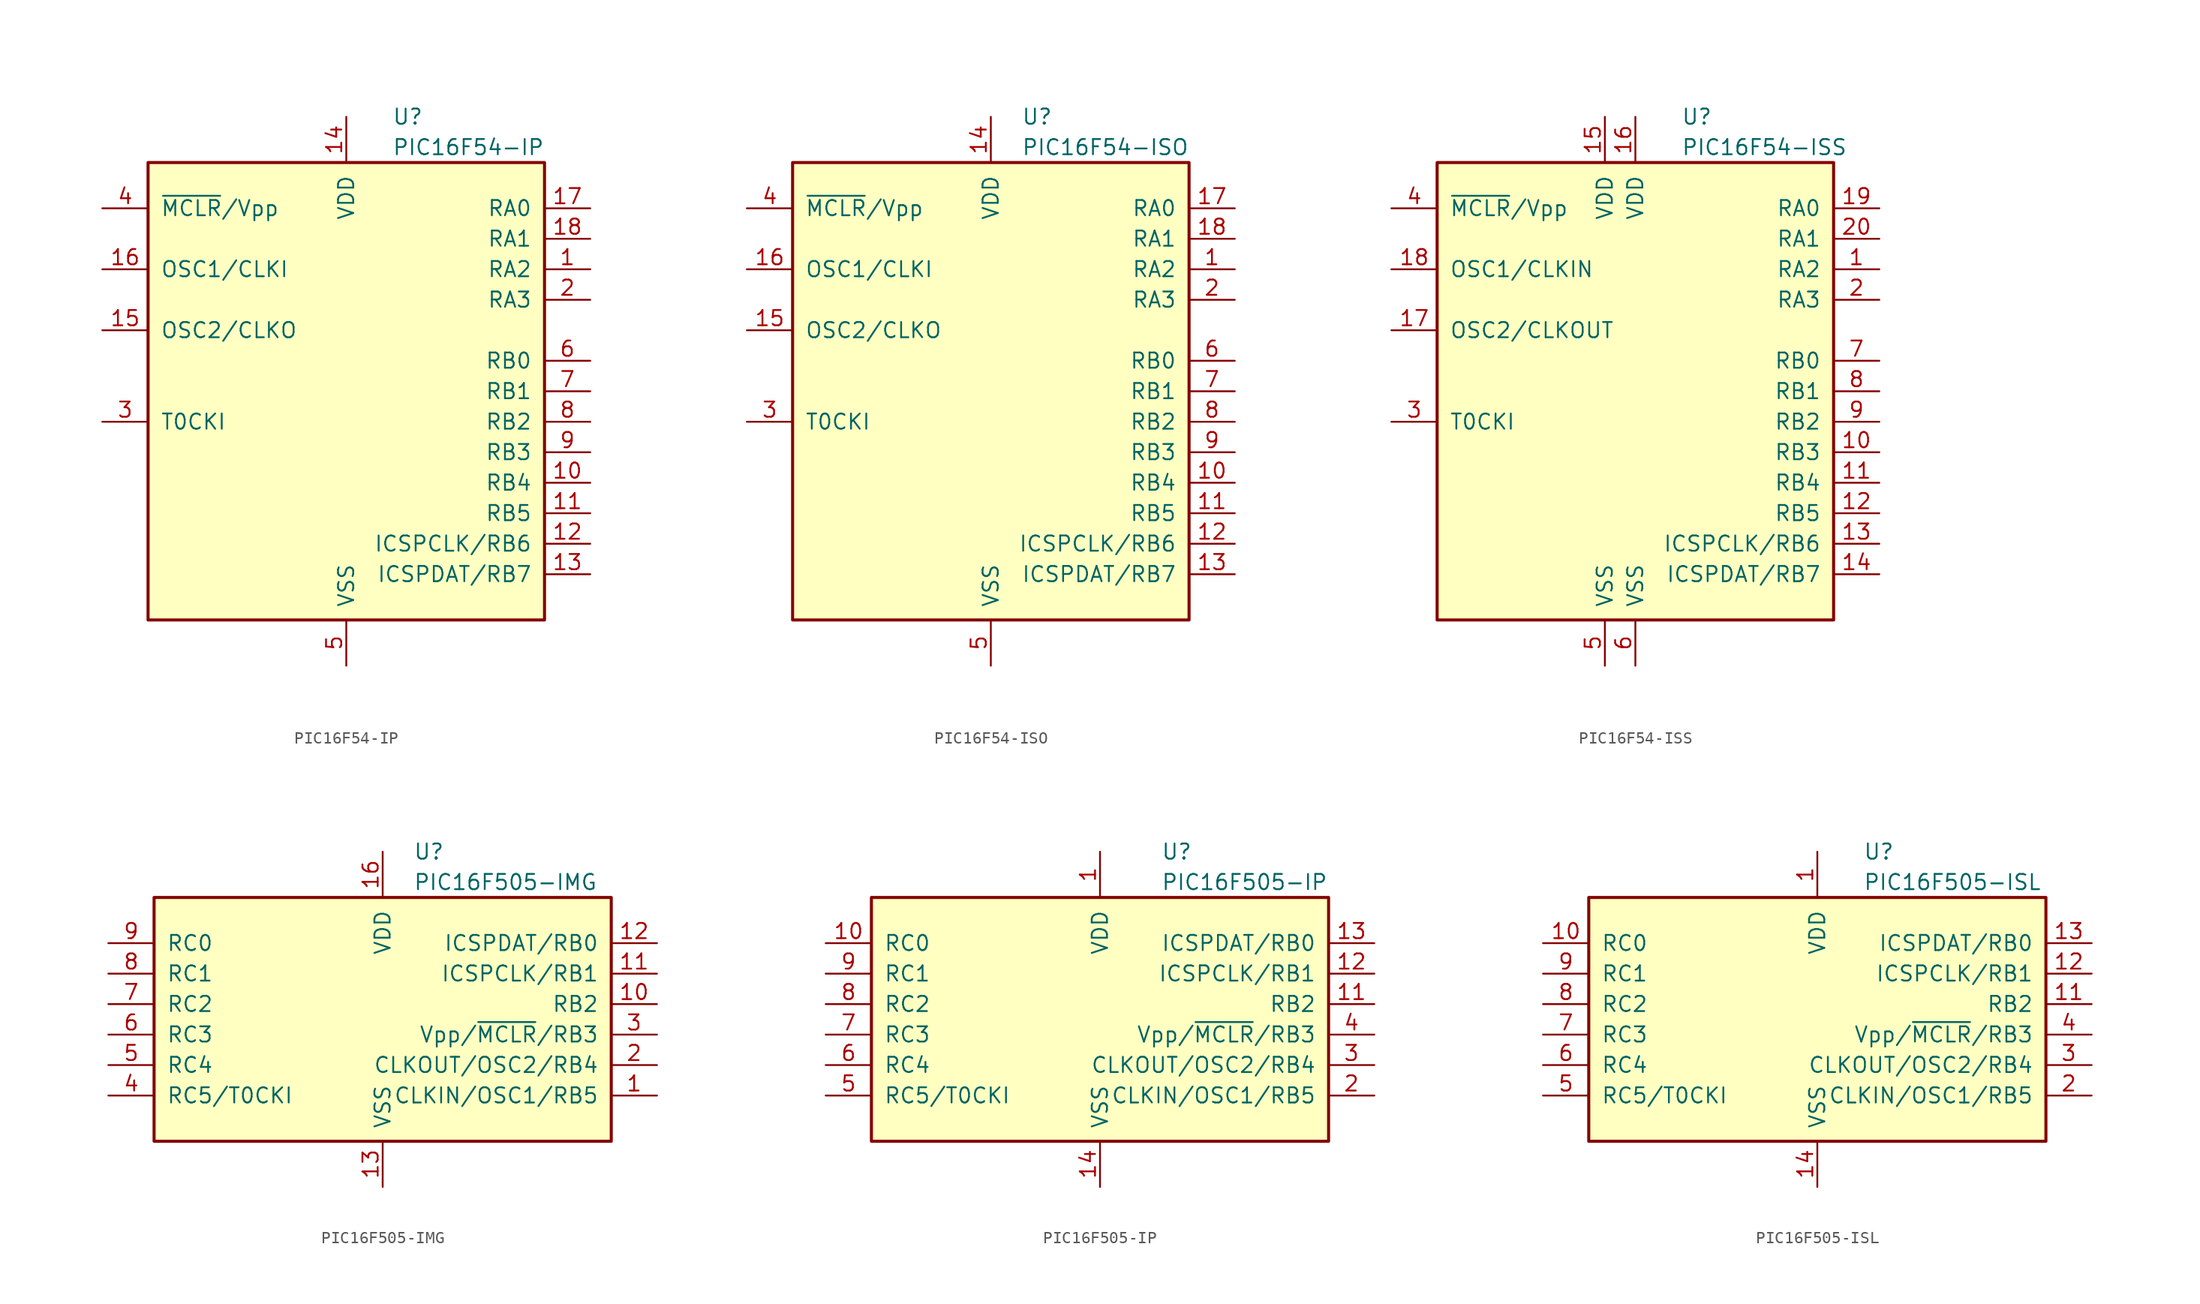
<source format=kicad_sym>
(kicad_symbol_lib
  (version 20241209)
  (generator "kicad_symbol_editor")
  (generator_version "9.0")
  (symbol "PIC16F54-IP"
    (pin_names
      (offset 1.016))
    (property "Reference" "U"
      (at 3.81 22.86 0)
      (effects (font (size 1.27 1.27)) (justify left)))
    (property "Value" "PIC16F54-IP"
      (at 3.81 20.32 0)
      (effects (font (size 1.27 1.27)) (justify left)))
    (symbol "PIC16F54-IP_0_1"
      (rectangle (start -16.51 19.05) (end 16.51 -19.05) (stroke (width 0.254) (type default)) (fill (type background))))
    (symbol "PIC16F54-IP_1_1"
      (pin input line (at -20.32 15.24 0) (length 3.81) (name "~{MCLR}/Vpp" (effects (font (size 1.27 1.27)))) (number "4" (effects (font (size 1.27 1.27)))))
      (pin input line (at -20.32 10.16 0) (length 3.81) (name "OSC1/CLKI" (effects (font (size 1.27 1.27)))) (number "16" (effects (font (size 1.27 1.27)))))
      (pin output line (at -20.32 5.08 0) (length 3.81) (name "OSC2/CLKO" (effects (font (size 1.27 1.27)))) (number "15" (effects (font (size 1.27 1.27)))))
      (pin input line (at -20.32 -2.54 0) (length 3.81) (name "T0CKI" (effects (font (size 1.27 1.27)))) (number "3" (effects (font (size 1.27 1.27)))))
      (pin power_in line (at 0 22.86 270) (length 3.81) (name "VDD" (effects (font (size 1.27 1.27)))) (number "14" (effects (font (size 1.27 1.27)))))
      (pin power_in line (at 0 -22.86 90) (length 3.81) (name "VSS" (effects (font (size 1.27 1.27)))) (number "5" (effects (font (size 1.27 1.27)))))
      (pin bidirectional line (at 20.32 15.24 180) (length 3.81) (name "RA0" (effects (font (size 1.27 1.27)))) (number "17" (effects (font (size 1.27 1.27)))))
      (pin bidirectional line (at 20.32 12.7 180) (length 3.81) (name "RA1" (effects (font (size 1.27 1.27)))) (number "18" (effects (font (size 1.27 1.27)))))
      (pin bidirectional line (at 20.32 10.16 180) (length 3.81) (name "RA2" (effects (font (size 1.27 1.27)))) (number "1" (effects (font (size 1.27 1.27)))))
      (pin bidirectional line (at 20.32 7.62 180) (length 3.81) (name "RA3" (effects (font (size 1.27 1.27)))) (number "2" (effects (font (size 1.27 1.27)))))
      (pin bidirectional line (at 20.32 2.54 180) (length 3.81) (name "RB0" (effects (font (size 1.27 1.27)))) (number "6" (effects (font (size 1.27 1.27)))))
      (pin bidirectional line (at 20.32 0 180) (length 3.81) (name "RB1" (effects (font (size 1.27 1.27)))) (number "7" (effects (font (size 1.27 1.27)))))
      (pin bidirectional line (at 20.32 -2.54 180) (length 3.81) (name "RB2" (effects (font (size 1.27 1.27)))) (number "8" (effects (font (size 1.27 1.27)))))
      (pin bidirectional line (at 20.32 -5.08 180) (length 3.81) (name "RB3" (effects (font (size 1.27 1.27)))) (number "9" (effects (font (size 1.27 1.27)))))
      (pin bidirectional line (at 20.32 -7.62 180) (length 3.81) (name "RB4" (effects (font (size 1.27 1.27)))) (number "10" (effects (font (size 1.27 1.27)))))
      (pin bidirectional line (at 20.32 -10.16 180) (length 3.81) (name "RB5" (effects (font (size 1.27 1.27)))) (number "11" (effects (font (size 1.27 1.27)))))
      (pin bidirectional line (at 20.32 -12.7 180) (length 3.81) (name "ICSPCLK/RB6" (effects (font (size 1.27 1.27)))) (number "12" (effects (font (size 1.27 1.27)))))
      (pin bidirectional line (at 20.32 -15.24 180) (length 3.81) (name "ICSPDAT/RB7" (effects (font (size 1.27 1.27)))) (number "13" (effects (font (size 1.27 1.27)))))))
  (symbol "PIC16F54-ISO"
    (pin_names
      (offset 1.016))
    (property "Reference" "U"
      (at 2.54 22.86 0)
      (effects (font (size 1.27 1.27)) (justify left)))
    (property "Value" "PIC16F54-ISO"
      (at 2.54 20.32 0)
      (effects (font (size 1.27 1.27)) (justify left)))
    (symbol "PIC16F54-ISO_0_1"
      (rectangle (start -16.51 19.05) (end 16.51 -19.05) (stroke (width 0.254) (type default)) (fill (type background))))
    (symbol "PIC16F54-ISO_1_1"
      (pin input line (at -20.32 15.24 0) (length 3.81) (name "~{MCLR}/Vpp" (effects (font (size 1.27 1.27)))) (number "4" (effects (font (size 1.27 1.27)))))
      (pin input line (at -20.32 10.16 0) (length 3.81) (name "OSC1/CLKI" (effects (font (size 1.27 1.27)))) (number "16" (effects (font (size 1.27 1.27)))))
      (pin output line (at -20.32 5.08 0) (length 3.81) (name "OSC2/CLKO" (effects (font (size 1.27 1.27)))) (number "15" (effects (font (size 1.27 1.27)))))
      (pin input line (at -20.32 -2.54 0) (length 3.81) (name "T0CKI" (effects (font (size 1.27 1.27)))) (number "3" (effects (font (size 1.27 1.27)))))
      (pin power_in line (at 0 22.86 270) (length 3.81) (name "VDD" (effects (font (size 1.27 1.27)))) (number "14" (effects (font (size 1.27 1.27)))))
      (pin power_in line (at 0 -22.86 90) (length 3.81) (name "VSS" (effects (font (size 1.27 1.27)))) (number "5" (effects (font (size 1.27 1.27)))))
      (pin bidirectional line (at 20.32 15.24 180) (length 3.81) (name "RA0" (effects (font (size 1.27 1.27)))) (number "17" (effects (font (size 1.27 1.27)))))
      (pin bidirectional line (at 20.32 12.7 180) (length 3.81) (name "RA1" (effects (font (size 1.27 1.27)))) (number "18" (effects (font (size 1.27 1.27)))))
      (pin bidirectional line (at 20.32 10.16 180) (length 3.81) (name "RA2" (effects (font (size 1.27 1.27)))) (number "1" (effects (font (size 1.27 1.27)))))
      (pin bidirectional line (at 20.32 7.62 180) (length 3.81) (name "RA3" (effects (font (size 1.27 1.27)))) (number "2" (effects (font (size 1.27 1.27)))))
      (pin bidirectional line (at 20.32 2.54 180) (length 3.81) (name "RB0" (effects (font (size 1.27 1.27)))) (number "6" (effects (font (size 1.27 1.27)))))
      (pin bidirectional line (at 20.32 0 180) (length 3.81) (name "RB1" (effects (font (size 1.27 1.27)))) (number "7" (effects (font (size 1.27 1.27)))))
      (pin bidirectional line (at 20.32 -2.54 180) (length 3.81) (name "RB2" (effects (font (size 1.27 1.27)))) (number "8" (effects (font (size 1.27 1.27)))))
      (pin bidirectional line (at 20.32 -5.08 180) (length 3.81) (name "RB3" (effects (font (size 1.27 1.27)))) (number "9" (effects (font (size 1.27 1.27)))))
      (pin bidirectional line (at 20.32 -7.62 180) (length 3.81) (name "RB4" (effects (font (size 1.27 1.27)))) (number "10" (effects (font (size 1.27 1.27)))))
      (pin bidirectional line (at 20.32 -10.16 180) (length 3.81) (name "RB5" (effects (font (size 1.27 1.27)))) (number "11" (effects (font (size 1.27 1.27)))))
      (pin bidirectional line (at 20.32 -12.7 180) (length 3.81) (name "ICSPCLK/RB6" (effects (font (size 1.27 1.27)))) (number "12" (effects (font (size 1.27 1.27)))))
      (pin bidirectional line (at 20.32 -15.24 180) (length 3.81) (name "ICSPDAT/RB7" (effects (font (size 1.27 1.27)))) (number "13" (effects (font (size 1.27 1.27)))))))
  (symbol "PIC16F54-ISS"
    (pin_names
      (offset 1.016))
    (property "Reference" "U"
      (at 3.81 22.86 0)
      (effects (font (size 1.27 1.27)) (justify left)))
    (property "Value" "PIC16F54-ISS"
      (at 3.81 20.32 0)
      (effects (font (size 1.27 1.27)) (justify left)))
    (symbol "PIC16F54-ISS_0_1"
      (rectangle (start -16.51 19.05) (end 16.51 -19.05) (stroke (width 0.254) (type default)) (fill (type background))))
    (symbol "PIC16F54-ISS_1_1"
      (pin input line (at -20.32 15.24 0) (length 3.81) (name "~{MCLR}/Vpp" (effects (font (size 1.27 1.27)))) (number "4" (effects (font (size 1.27 1.27)))))
      (pin input line (at -20.32 10.16 0) (length 3.81) (name "OSC1/CLKIN" (effects (font (size 1.27 1.27)))) (number "18" (effects (font (size 1.27 1.27)))))
      (pin output line (at -20.32 5.08 0) (length 3.81) (name "OSC2/CLKOUT" (effects (font (size 1.27 1.27)))) (number "17" (effects (font (size 1.27 1.27)))))
      (pin input line (at -20.32 -2.54 0) (length 3.81) (name "T0CKI" (effects (font (size 1.27 1.27)))) (number "3" (effects (font (size 1.27 1.27)))))
      (pin power_in line (at -2.54 22.86 270) (length 3.81) (name "VDD" (effects (font (size 1.27 1.27)))) (number "15" (effects (font (size 1.27 1.27)))))
      (pin power_in line (at -2.54 -22.86 90) (length 3.81) (name "VSS" (effects (font (size 1.27 1.27)))) (number "5" (effects (font (size 1.27 1.27)))))
      (pin power_in line (at 0 22.86 270) (length 3.81) (name "VDD" (effects (font (size 1.27 1.27)))) (number "16" (effects (font (size 1.27 1.27)))))
      (pin power_in line (at 0 -22.86 90) (length 3.81) (name "VSS" (effects (font (size 1.27 1.27)))) (number "6" (effects (font (size 1.27 1.27)))))
      (pin bidirectional line (at 20.32 15.24 180) (length 3.81) (name "RA0" (effects (font (size 1.27 1.27)))) (number "19" (effects (font (size 1.27 1.27)))))
      (pin bidirectional line (at 20.32 12.7 180) (length 3.81) (name "RA1" (effects (font (size 1.27 1.27)))) (number "20" (effects (font (size 1.27 1.27)))))
      (pin bidirectional line (at 20.32 10.16 180) (length 3.81) (name "RA2" (effects (font (size 1.27 1.27)))) (number "1" (effects (font (size 1.27 1.27)))))
      (pin bidirectional line (at 20.32 7.62 180) (length 3.81) (name "RA3" (effects (font (size 1.27 1.27)))) (number "2" (effects (font (size 1.27 1.27)))))
      (pin bidirectional line (at 20.32 2.54 180) (length 3.81) (name "RB0" (effects (font (size 1.27 1.27)))) (number "7" (effects (font (size 1.27 1.27)))))
      (pin bidirectional line (at 20.32 0 180) (length 3.81) (name "RB1" (effects (font (size 1.27 1.27)))) (number "8" (effects (font (size 1.27 1.27)))))
      (pin bidirectional line (at 20.32 -2.54 180) (length 3.81) (name "RB2" (effects (font (size 1.27 1.27)))) (number "9" (effects (font (size 1.27 1.27)))))
      (pin bidirectional line (at 20.32 -5.08 180) (length 3.81) (name "RB3" (effects (font (size 1.27 1.27)))) (number "10" (effects (font (size 1.27 1.27)))))
      (pin bidirectional line (at 20.32 -7.62 180) (length 3.81) (name "RB4" (effects (font (size 1.27 1.27)))) (number "11" (effects (font (size 1.27 1.27)))))
      (pin bidirectional line (at 20.32 -10.16 180) (length 3.81) (name "RB5" (effects (font (size 1.27 1.27)))) (number "12" (effects (font (size 1.27 1.27)))))
      (pin bidirectional line (at 20.32 -12.7 180) (length 3.81) (name "ICSPCLK/RB6" (effects (font (size 1.27 1.27)))) (number "13" (effects (font (size 1.27 1.27)))))
      (pin bidirectional line (at 20.32 -15.24 180) (length 3.81) (name "ICSPDAT/RB7" (effects (font (size 1.27 1.27)))) (number "14" (effects (font (size 1.27 1.27)))))))
  (symbol "PIC16F505-IMG"
    (pin_names
      (offset 1.016))
    (property "Reference" "U"
      (at 2.54 12.7 0)
      (effects (font (size 1.27 1.27)) (justify left)))
    (property "Value" "PIC16F505-IMG"
      (at 2.54 10.16 0)
      (effects (font (size 1.27 1.27)) (justify left)))
    (symbol "PIC16F505-IMG_0_1"
      (rectangle (start -19.05 8.89) (end 19.05 -11.43) (stroke (width 0.254) (type default)) (fill (type background))))
    (symbol "PIC16F505-IMG_1_1"
      (pin bidirectional line (at -22.86 5.08 0) (length 3.81) (name "RC0" (effects (font (size 1.27 1.27)))) (number "9" (effects (font (size 1.27 1.27)))))
      (pin bidirectional line (at -22.86 2.54 0) (length 3.81) (name "RC1" (effects (font (size 1.27 1.27)))) (number "8" (effects (font (size 1.27 1.27)))))
      (pin bidirectional line (at -22.86 0 0) (length 3.81) (name "RC2" (effects (font (size 1.27 1.27)))) (number "7" (effects (font (size 1.27 1.27)))))
      (pin bidirectional line (at -22.86 -2.54 0) (length 3.81) (name "RC3" (effects (font (size 1.27 1.27)))) (number "6" (effects (font (size 1.27 1.27)))))
      (pin bidirectional line (at -22.86 -5.08 0) (length 3.81) (name "RC4" (effects (font (size 1.27 1.27)))) (number "5" (effects (font (size 1.27 1.27)))))
      (pin bidirectional line (at -22.86 -7.62 0) (length 3.81) (name "RC5/T0CKI" (effects (font (size 1.27 1.27)))) (number "4" (effects (font (size 1.27 1.27)))))
      (pin power_in line (at 0 12.7 270) (length 3.81) (name "VDD" (effects (font (size 1.27 1.27)))) (number "16" (effects (font (size 1.27 1.27)))))
      (pin power_in line (at 0 -15.24 90) (length 3.81) (name "VSS" (effects (font (size 1.27 1.27)))) (number "13" (effects (font (size 1.27 1.27)))))
      (pin bidirectional line (at 22.86 5.08 180) (length 3.81) (name "ICSPDAT/RB0" (effects (font (size 1.27 1.27)))) (number "12" (effects (font (size 1.27 1.27)))))
      (pin bidirectional line (at 22.86 2.54 180) (length 3.81) (name "ICSPCLK/RB1" (effects (font (size 1.27 1.27)))) (number "11" (effects (font (size 1.27 1.27)))))
      (pin bidirectional line (at 22.86 0 180) (length 3.81) (name "RB2" (effects (font (size 1.27 1.27)))) (number "10" (effects (font (size 1.27 1.27)))))
      (pin input line (at 22.86 -2.54 180) (length 3.81) (name "Vpp/~{MCLR}/RB3" (effects (font (size 1.27 1.27)))) (number "3" (effects (font (size 1.27 1.27)))))
      (pin bidirectional line (at 22.86 -5.08 180) (length 3.81) (name "CLKOUT/OSC2/RB4" (effects (font (size 1.27 1.27)))) (number "2" (effects (font (size 1.27 1.27)))))
      (pin bidirectional line (at 22.86 -7.62 180) (length 3.81) (name "CLKIN/OSC1/RB5" (effects (font (size 1.27 1.27)))) (number "1" (effects (font (size 1.27 1.27)))))))
  (symbol "PIC16F505-IP"
    (pin_names
      (offset 1.016))
    (property "Reference" "U"
      (at 5.08 12.7 0)
      (effects (font (size 1.27 1.27)) (justify left)))
    (property "Value" "PIC16F505-IP"
      (at 5.08 10.16 0)
      (effects (font (size 1.27 1.27)) (justify left)))
    (symbol "PIC16F505-IP_0_1"
      (rectangle (start -19.05 8.89) (end 19.05 -11.43) (stroke (width 0.254) (type default)) (fill (type background))))
    (symbol "PIC16F505-IP_1_1"
      (pin bidirectional line (at -22.86 5.08 0) (length 3.81) (name "RC0" (effects (font (size 1.27 1.27)))) (number "10" (effects (font (size 1.27 1.27)))))
      (pin bidirectional line (at -22.86 2.54 0) (length 3.81) (name "RC1" (effects (font (size 1.27 1.27)))) (number "9" (effects (font (size 1.27 1.27)))))
      (pin bidirectional line (at -22.86 0 0) (length 3.81) (name "RC2" (effects (font (size 1.27 1.27)))) (number "8" (effects (font (size 1.27 1.27)))))
      (pin bidirectional line (at -22.86 -2.54 0) (length 3.81) (name "RC3" (effects (font (size 1.27 1.27)))) (number "7" (effects (font (size 1.27 1.27)))))
      (pin bidirectional line (at -22.86 -5.08 0) (length 3.81) (name "RC4" (effects (font (size 1.27 1.27)))) (number "6" (effects (font (size 1.27 1.27)))))
      (pin bidirectional line (at -22.86 -7.62 0) (length 3.81) (name "RC5/T0CKI" (effects (font (size 1.27 1.27)))) (number "5" (effects (font (size 1.27 1.27)))))
      (pin power_in line (at 0 12.7 270) (length 3.81) (name "VDD" (effects (font (size 1.27 1.27)))) (number "1" (effects (font (size 1.27 1.27)))))
      (pin power_in line (at 0 -15.24 90) (length 3.81) (name "VSS" (effects (font (size 1.27 1.27)))) (number "14" (effects (font (size 1.27 1.27)))))
      (pin bidirectional line (at 22.86 5.08 180) (length 3.81) (name "ICSPDAT/RB0" (effects (font (size 1.27 1.27)))) (number "13" (effects (font (size 1.27 1.27)))))
      (pin bidirectional line (at 22.86 2.54 180) (length 3.81) (name "ICSPCLK/RB1" (effects (font (size 1.27 1.27)))) (number "12" (effects (font (size 1.27 1.27)))))
      (pin bidirectional line (at 22.86 0 180) (length 3.81) (name "RB2" (effects (font (size 1.27 1.27)))) (number "11" (effects (font (size 1.27 1.27)))))
      (pin input line (at 22.86 -2.54 180) (length 3.81) (name "Vpp/~{MCLR}/RB3" (effects (font (size 1.27 1.27)))) (number "4" (effects (font (size 1.27 1.27)))))
      (pin bidirectional line (at 22.86 -5.08 180) (length 3.81) (name "CLKOUT/OSC2/RB4" (effects (font (size 1.27 1.27)))) (number "3" (effects (font (size 1.27 1.27)))))
      (pin bidirectional line (at 22.86 -7.62 180) (length 3.81) (name "CLKIN/OSC1/RB5" (effects (font (size 1.27 1.27)))) (number "2" (effects (font (size 1.27 1.27)))))))
  (symbol "PIC16F505-ISL"
    (pin_names
      (offset 1.016))
    (property "Reference" "U"
      (at 3.81 12.7 0)
      (effects (font (size 1.27 1.27)) (justify left)))
    (property "Value" "PIC16F505-ISL"
      (at 3.81 10.16 0)
      (effects (font (size 1.27 1.27)) (justify left)))
    (symbol "PIC16F505-ISL_0_1"
      (rectangle (start -19.05 8.89) (end 19.05 -11.43) (stroke (width 0.254) (type default)) (fill (type background))))
    (symbol "PIC16F505-ISL_1_1"
      (pin bidirectional line (at -22.86 5.08 0) (length 3.81) (name "RC0" (effects (font (size 1.27 1.27)))) (number "10" (effects (font (size 1.27 1.27)))))
      (pin bidirectional line (at -22.86 2.54 0) (length 3.81) (name "RC1" (effects (font (size 1.27 1.27)))) (number "9" (effects (font (size 1.27 1.27)))))
      (pin bidirectional line (at -22.86 0 0) (length 3.81) (name "RC2" (effects (font (size 1.27 1.27)))) (number "8" (effects (font (size 1.27 1.27)))))
      (pin bidirectional line (at -22.86 -2.54 0) (length 3.81) (name "RC3" (effects (font (size 1.27 1.27)))) (number "7" (effects (font (size 1.27 1.27)))))
      (pin bidirectional line (at -22.86 -5.08 0) (length 3.81) (name "RC4" (effects (font (size 1.27 1.27)))) (number "6" (effects (font (size 1.27 1.27)))))
      (pin bidirectional line (at -22.86 -7.62 0) (length 3.81) (name "RC5/T0CKI" (effects (font (size 1.27 1.27)))) (number "5" (effects (font (size 1.27 1.27)))))
      (pin power_in line (at 0 12.7 270) (length 3.81) (name "VDD" (effects (font (size 1.27 1.27)))) (number "1" (effects (font (size 1.27 1.27)))))
      (pin power_in line (at 0 -15.24 90) (length 3.81) (name "VSS" (effects (font (size 1.27 1.27)))) (number "14" (effects (font (size 1.27 1.27)))))
      (pin bidirectional line (at 22.86 5.08 180) (length 3.81) (name "ICSPDAT/RB0" (effects (font (size 1.27 1.27)))) (number "13" (effects (font (size 1.27 1.27)))))
      (pin bidirectional line (at 22.86 2.54 180) (length 3.81) (name "ICSPCLK/RB1" (effects (font (size 1.27 1.27)))) (number "12" (effects (font (size 1.27 1.27)))))
      (pin bidirectional line (at 22.86 0 180) (length 3.81) (name "RB2" (effects (font (size 1.27 1.27)))) (number "11" (effects (font (size 1.27 1.27)))))
      (pin input line (at 22.86 -2.54 180) (length 3.81) (name "Vpp/~{MCLR}/RB3" (effects (font (size 1.27 1.27)))) (number "4" (effects (font (size 1.27 1.27)))))
      (pin bidirectional line (at 22.86 -5.08 180) (length 3.81) (name "CLKOUT/OSC2/RB4" (effects (font (size 1.27 1.27)))) (number "3" (effects (font (size 1.27 1.27)))))
      (pin bidirectional line (at 22.86 -7.62 180) (length 3.81) (name "CLKIN/OSC1/RB5" (effects (font (size 1.27 1.27)))) (number "2" (effects (font (size 1.27 1.27))))))))
</source>
